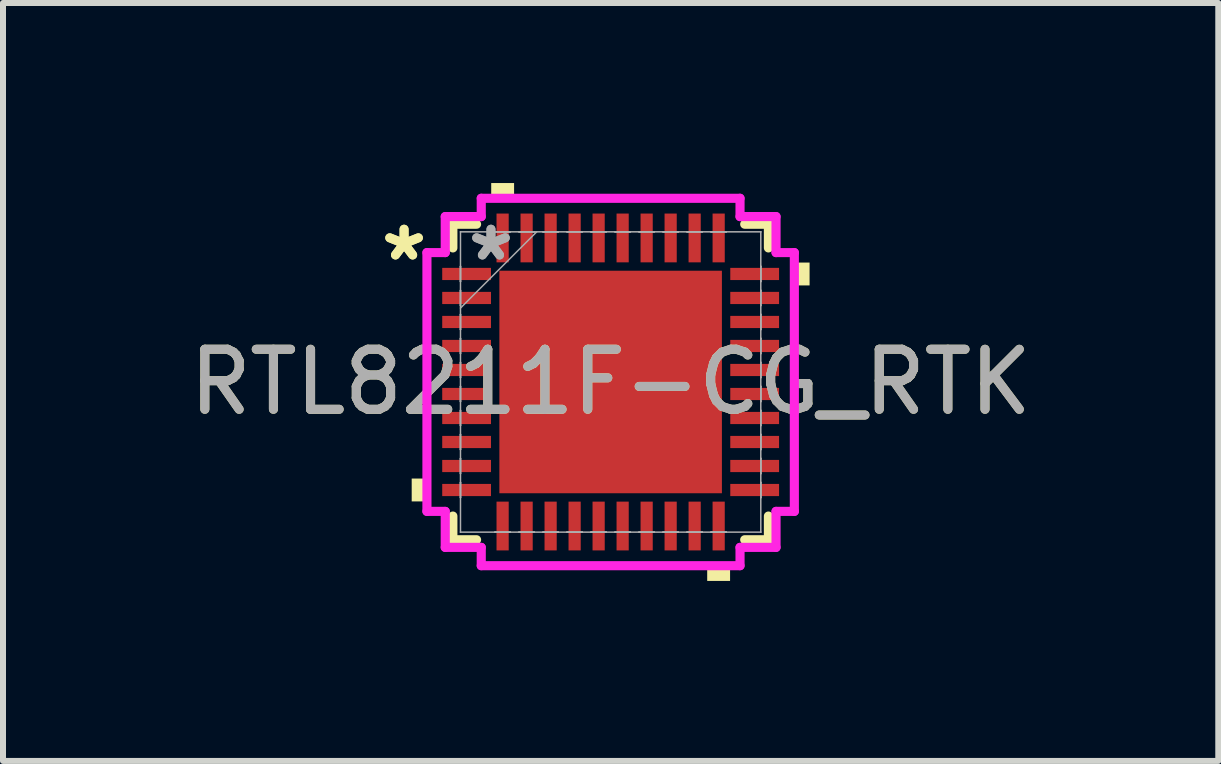
<source format=kicad_pcb>
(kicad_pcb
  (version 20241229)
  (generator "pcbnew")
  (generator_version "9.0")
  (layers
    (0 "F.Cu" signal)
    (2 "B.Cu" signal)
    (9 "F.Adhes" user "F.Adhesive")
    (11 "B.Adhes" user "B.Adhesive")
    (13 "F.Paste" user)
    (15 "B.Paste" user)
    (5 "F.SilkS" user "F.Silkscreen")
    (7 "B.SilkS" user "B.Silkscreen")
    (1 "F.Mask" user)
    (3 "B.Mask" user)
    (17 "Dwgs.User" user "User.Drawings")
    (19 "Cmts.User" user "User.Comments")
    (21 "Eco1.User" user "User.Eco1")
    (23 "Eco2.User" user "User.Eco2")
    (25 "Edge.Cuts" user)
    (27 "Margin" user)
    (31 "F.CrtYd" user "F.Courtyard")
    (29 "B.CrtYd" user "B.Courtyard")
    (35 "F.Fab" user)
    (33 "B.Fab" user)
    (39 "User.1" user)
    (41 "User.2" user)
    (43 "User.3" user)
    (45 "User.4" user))
  (footprint "RTL8211F-CG_RTK"
    (layer "F.Cu")
    (at 7.125 3.315)
    (property "Reference" "RTL8211F-CG_RTK" (at 0 0 0) (unlocked yes) (layer "F.SilkS") (effects (font (size 1 1) (thickness 0.15))))
    (attr smd)
    (fp_line (start -2.629 -2.629) (end -2.629 -2.234) (stroke (width 0.152) (type solid)) (layer "F.SilkS"))
    (fp_line (start -2.629 2.234) (end -2.629 2.629) (stroke (width 0.152) (type solid)) (layer "F.SilkS"))
    (fp_line (start -2.629 2.629) (end -2.234 2.629) (stroke (width 0.152) (type solid)) (layer "F.SilkS"))
    (fp_line (start -2.234 -2.629) (end -2.629 -2.629) (stroke (width 0.152) (type solid)) (layer "F.SilkS"))
    (fp_line (start 2.234 2.629) (end 2.629 2.629) (stroke (width 0.152) (type solid)) (layer "F.SilkS"))
    (fp_line (start 2.629 -2.629) (end 2.234 -2.629) (stroke (width 0.152) (type solid)) (layer "F.SilkS"))
    (fp_line (start 2.629 -2.234) (end 2.629 -2.629) (stroke (width 0.152) (type solid)) (layer "F.SilkS"))
    (fp_line (start 2.629 2.629) (end 2.629 2.234) (stroke (width 0.152) (type solid)) (layer "F.SilkS"))
    (fp_poly (pts (xy -3.315 1.609) (xy -3.315 1.99) (xy -3.061 1.99) (xy -3.061 1.609)) (stroke (width 0) (type solid)) (fill yes) (layer "F.SilkS"))
    (fp_poly (pts (xy -1.99 -3.061) (xy -1.99 -3.315) (xy -1.609 -3.315) (xy -1.609 -3.061)) (stroke (width 0) (type solid)) (fill yes) (layer "F.SilkS"))
    (fp_poly (pts (xy 1.609 3.061) (xy 1.609 3.315) (xy 1.99 3.315) (xy 1.99 3.061)) (stroke (width 0) (type solid)) (fill yes) (layer "F.SilkS"))
    (fp_poly (pts (xy 3.315 -1.99) (xy 3.315 -1.609) (xy 3.061 -1.609) (xy 3.061 -1.99)) (stroke (width 0) (type solid)) (fill yes) (layer "F.SilkS"))
    (fp_poly (pts (xy -1.754 -1.754) (xy -1.754 -0.1) (xy -0.1 -0.1) (xy -0.1 -1.754)) (stroke (width 0) (type solid)) (fill yes) (layer "F.Paste"))
    (fp_poly (pts (xy -1.754 0.1) (xy -1.754 1.754) (xy -0.1 1.754) (xy -0.1 0.1)) (stroke (width 0) (type solid)) (fill yes) (layer "F.Paste"))
    (fp_poly (pts (xy 0.1 -1.754) (xy 0.1 -0.1) (xy 1.754 -0.1) (xy 1.754 -1.754)) (stroke (width 0) (type solid)) (fill yes) (layer "F.Paste"))
    (fp_poly (pts (xy 0.1 0.1) (xy 0.1 1.754) (xy 1.754 1.754) (xy 1.754 0.1)) (stroke (width 0) (type solid)) (fill yes) (layer "F.Paste"))
    (fp_line (start -3.061 -2.156) (end -2.756 -2.156) (stroke (width 0.152) (type solid)) (layer "F.CrtYd"))
    (fp_line (start -3.061 2.156) (end -3.061 -2.156) (stroke (width 0.152) (type solid)) (layer "F.CrtYd"))
    (fp_line (start -2.756 -2.756) (end -2.156 -2.756) (stroke (width 0.152) (type solid)) (layer "F.CrtYd"))
    (fp_line (start -2.756 -2.156) (end -2.756 -2.756) (stroke (width 0.152) (type solid)) (layer "F.CrtYd"))
    (fp_line (start -2.756 2.156) (end -3.061 2.156) (stroke (width 0.152) (type solid)) (layer "F.CrtYd"))
    (fp_line (start -2.756 2.756) (end -2.756 2.156) (stroke (width 0.152) (type solid)) (layer "F.CrtYd"))
    (fp_line (start -2.156 -3.061) (end 2.156 -3.061) (stroke (width 0.152) (type solid)) (layer "F.CrtYd"))
    (fp_line (start -2.156 -2.756) (end -2.156 -3.061) (stroke (width 0.152) (type solid)) (layer "F.CrtYd"))
    (fp_line (start -2.156 2.756) (end -2.756 2.756) (stroke (width 0.152) (type solid)) (layer "F.CrtYd"))
    (fp_line (start -2.156 3.061) (end -2.156 2.756) (stroke (width 0.152) (type solid)) (layer "F.CrtYd"))
    (fp_line (start 2.156 -3.061) (end 2.156 -2.756) (stroke (width 0.152) (type solid)) (layer "F.CrtYd"))
    (fp_line (start 2.156 -2.756) (end 2.756 -2.756) (stroke (width 0.152) (type solid)) (layer "F.CrtYd"))
    (fp_line (start 2.156 2.756) (end 2.156 3.061) (stroke (width 0.152) (type solid)) (layer "F.CrtYd"))
    (fp_line (start 2.156 3.061) (end -2.156 3.061) (stroke (width 0.152) (type solid)) (layer "F.CrtYd"))
    (fp_line (start 2.756 -2.756) (end 2.756 -2.156) (stroke (width 0.152) (type solid)) (layer "F.CrtYd"))
    (fp_line (start 2.756 -2.156) (end 3.061 -2.156) (stroke (width 0.152) (type solid)) (layer "F.CrtYd"))
    (fp_line (start 2.756 2.156) (end 2.756 2.756) (stroke (width 0.152) (type solid)) (layer "F.CrtYd"))
    (fp_line (start 2.756 2.756) (end 2.156 2.756) (stroke (width 0.152) (type solid)) (layer "F.CrtYd"))
    (fp_line (start 3.061 -2.156) (end 3.061 2.156) (stroke (width 0.152) (type solid)) (layer "F.CrtYd"))
    (fp_line (start 3.061 2.156) (end 2.756 2.156) (stroke (width 0.152) (type solid)) (layer "F.CrtYd"))
    (fp_line (start -2.502 -2.502) (end -2.502 -2.502) (stroke (width 0.025) (type solid)) (layer "F.Fab"))
    (fp_line (start -2.502 -2.502) (end -2.502 2.502) (stroke (width 0.025) (type solid)) (layer "F.Fab"))
    (fp_line (start -2.502 -1.927) (end -2.502 -1.927) (stroke (width 0.025) (type solid)) (layer "F.Fab"))
    (fp_line (start -2.502 -1.927) (end -2.502 -1.673) (stroke (width 0.025) (type solid)) (layer "F.Fab"))
    (fp_line (start -2.502 -1.673) (end -2.502 -1.927) (stroke (width 0.025) (type solid)) (layer "F.Fab"))
    (fp_line (start -2.502 -1.673) (end -2.502 -1.673) (stroke (width 0.025) (type solid)) (layer "F.Fab"))
    (fp_line (start -2.502 -1.527) (end -2.502 -1.527) (stroke (width 0.025) (type solid)) (layer "F.Fab"))
    (fp_line (start -2.502 -1.527) (end -2.502 -1.273) (stroke (width 0.025) (type solid)) (layer "F.Fab"))
    (fp_line (start -2.502 -1.273) (end -2.502 -1.527) (stroke (width 0.025) (type solid)) (layer "F.Fab"))
    (fp_line (start -2.502 -1.273) (end -2.502 -1.273) (stroke (width 0.025) (type solid)) (layer "F.Fab"))
    (fp_line (start -2.502 -1.232) (end -1.232 -2.502) (stroke (width 0.025) (type solid)) (layer "F.Fab"))
    (fp_line (start -2.502 -1.127) (end -2.502 -1.127) (stroke (width 0.025) (type solid)) (layer "F.Fab"))
    (fp_line (start -2.502 -1.127) (end -2.502 -0.873) (stroke (width 0.025) (type solid)) (layer "F.Fab"))
    (fp_line (start -2.502 -0.873) (end -2.502 -1.127) (stroke (width 0.025) (type solid)) (layer "F.Fab"))
    (fp_line (start -2.502 -0.873) (end -2.502 -0.873) (stroke (width 0.025) (type solid)) (layer "F.Fab"))
    (fp_line (start -2.502 -0.727) (end -2.502 -0.727) (stroke (width 0.025) (type solid)) (layer "F.Fab"))
    (fp_line (start -2.502 -0.727) (end -2.502 -0.473) (stroke (width 0.025) (type solid)) (layer "F.Fab"))
    (fp_line (start -2.502 -0.473) (end -2.502 -0.727) (stroke (width 0.025) (type solid)) (layer "F.Fab"))
    (fp_line (start -2.502 -0.473) (end -2.502 -0.473) (stroke (width 0.025) (type solid)) (layer "F.Fab"))
    (fp_line (start -2.502 -0.327) (end -2.502 -0.327) (stroke (width 0.025) (type solid)) (layer "F.Fab"))
    (fp_line (start -2.502 -0.327) (end -2.502 -0.073) (stroke (width 0.025) (type solid)) (layer "F.Fab"))
    (fp_line (start -2.502 -0.073) (end -2.502 -0.327) (stroke (width 0.025) (type solid)) (layer "F.Fab"))
    (fp_line (start -2.502 -0.073) (end -2.502 -0.073) (stroke (width 0.025) (type solid)) (layer "F.Fab"))
    (fp_line (start -2.502 0.073) (end -2.502 0.073) (stroke (width 0.025) (type solid)) (layer "F.Fab"))
    (fp_line (start -2.502 0.073) (end -2.502 0.327) (stroke (width 0.025) (type solid)) (layer "F.Fab"))
    (fp_line (start -2.502 0.327) (end -2.502 0.073) (stroke (width 0.025) (type solid)) (layer "F.Fab"))
    (fp_line (start -2.502 0.327) (end -2.502 0.327) (stroke (width 0.025) (type solid)) (layer "F.Fab"))
    (fp_line (start -2.502 0.473) (end -2.502 0.473) (stroke (width 0.025) (type solid)) (layer "F.Fab"))
    (fp_line (start -2.502 0.473) (end -2.502 0.727) (stroke (width 0.025) (type solid)) (layer "F.Fab"))
    (fp_line (start -2.502 0.727) (end -2.502 0.473) (stroke (width 0.025) (type solid)) (layer "F.Fab"))
    (fp_line (start -2.502 0.727) (end -2.502 0.727) (stroke (width 0.025) (type solid)) (layer "F.Fab"))
    (fp_line (start -2.502 0.873) (end -2.502 0.873) (stroke (width 0.025) (type solid)) (layer "F.Fab"))
    (fp_line (start -2.502 0.873) (end -2.502 1.127) (stroke (width 0.025) (type solid)) (layer "F.Fab"))
    (fp_line (start -2.502 1.127) (end -2.502 0.873) (stroke (width 0.025) (type solid)) (layer "F.Fab"))
    (fp_line (start -2.502 1.127) (end -2.502 1.127) (stroke (width 0.025) (type solid)) (layer "F.Fab"))
    (fp_line (start -2.502 1.273) (end -2.502 1.273) (stroke (width 0.025) (type solid)) (layer "F.Fab"))
    (fp_line (start -2.502 1.273) (end -2.502 1.527) (stroke (width 0.025) (type solid)) (layer "F.Fab"))
    (fp_line (start -2.502 1.527) (end -2.502 1.273) (stroke (width 0.025) (type solid)) (layer "F.Fab"))
    (fp_line (start -2.502 1.527) (end -2.502 1.527) (stroke (width 0.025) (type solid)) (layer "F.Fab"))
    (fp_line (start -2.502 1.673) (end -2.502 1.673) (stroke (width 0.025) (type solid)) (layer "F.Fab"))
    (fp_line (start -2.502 1.673) (end -2.502 1.927) (stroke (width 0.025) (type solid)) (layer "F.Fab"))
    (fp_line (start -2.502 1.927) (end -2.502 1.673) (stroke (width 0.025) (type solid)) (layer "F.Fab"))
    (fp_line (start -2.502 1.927) (end -2.502 1.927) (stroke (width 0.025) (type solid)) (layer "F.Fab"))
    (fp_line (start -2.502 2.502) (end -2.502 2.502) (stroke (width 0.025) (type solid)) (layer "F.Fab"))
    (fp_line (start -2.502 2.502) (end 2.502 2.502) (stroke (width 0.025) (type solid)) (layer "F.Fab"))
    (fp_line (start -1.927 -2.502) (end -1.927 -2.502) (stroke (width 0.025) (type solid)) (layer "F.Fab"))
    (fp_line (start -1.927 -2.502) (end -1.673 -2.502) (stroke (width 0.025) (type solid)) (layer "F.Fab"))
    (fp_line (start -1.927 2.502) (end -1.927 2.502) (stroke (width 0.025) (type solid)) (layer "F.Fab"))
    (fp_line (start -1.927 2.502) (end -1.673 2.502) (stroke (width 0.025) (type solid)) (layer "F.Fab"))
    (fp_line (start -1.673 -2.502) (end -1.927 -2.502) (stroke (width 0.025) (type solid)) (layer "F.Fab"))
    (fp_line (start -1.673 -2.502) (end -1.673 -2.502) (stroke (width 0.025) (type solid)) (layer "F.Fab"))
    (fp_line (start -1.673 2.502) (end -1.927 2.502) (stroke (width 0.025) (type solid)) (layer "F.Fab"))
    (fp_line (start -1.673 2.502) (end -1.673 2.502) (stroke (width 0.025) (type solid)) (layer "F.Fab"))
    (fp_line (start -1.527 -2.502) (end -1.527 -2.502) (stroke (width 0.025) (type solid)) (layer "F.Fab"))
    (fp_line (start -1.527 -2.502) (end -1.273 -2.502) (stroke (width 0.025) (type solid)) (layer "F.Fab"))
    (fp_line (start -1.527 2.502) (end -1.527 2.502) (stroke (width 0.025) (type solid)) (layer "F.Fab"))
    (fp_line (start -1.527 2.502) (end -1.273 2.502) (stroke (width 0.025) (type solid)) (layer "F.Fab"))
    (fp_line (start -1.273 -2.502) (end -1.527 -2.502) (stroke (width 0.025) (type solid)) (layer "F.Fab"))
    (fp_line (start -1.273 -2.502) (end -1.273 -2.502) (stroke (width 0.025) (type solid)) (layer "F.Fab"))
    (fp_line (start -1.273 2.502) (end -1.527 2.502) (stroke (width 0.025) (type solid)) (layer "F.Fab"))
    (fp_line (start -1.273 2.502) (end -1.273 2.502) (stroke (width 0.025) (type solid)) (layer "F.Fab"))
    (fp_line (start -1.127 -2.502) (end -1.127 -2.502) (stroke (width 0.025) (type solid)) (layer "F.Fab"))
    (fp_line (start -1.127 -2.502) (end -0.873 -2.502) (stroke (width 0.025) (type solid)) (layer "F.Fab"))
    (fp_line (start -1.127 2.502) (end -1.127 2.502) (stroke (width 0.025) (type solid)) (layer "F.Fab"))
    (fp_line (start -1.127 2.502) (end -0.873 2.502) (stroke (width 0.025) (type solid)) (layer "F.Fab"))
    (fp_line (start -0.873 -2.502) (end -1.127 -2.502) (stroke (width 0.025) (type solid)) (layer "F.Fab"))
    (fp_line (start -0.873 -2.502) (end -0.873 -2.502) (stroke (width 0.025) (type solid)) (layer "F.Fab"))
    (fp_line (start -0.873 2.502) (end -1.127 2.502) (stroke (width 0.025) (type solid)) (layer "F.Fab"))
    (fp_line (start -0.873 2.502) (end -0.873 2.502) (stroke (width 0.025) (type solid)) (layer "F.Fab"))
    (fp_line (start -0.727 -2.502) (end -0.727 -2.502) (stroke (width 0.025) (type solid)) (layer "F.Fab"))
    (fp_line (start -0.727 -2.502) (end -0.473 -2.502) (stroke (width 0.025) (type solid)) (layer "F.Fab"))
    (fp_line (start -0.727 2.502) (end -0.727 2.502) (stroke (width 0.025) (type solid)) (layer "F.Fab"))
    (fp_line (start -0.727 2.502) (end -0.473 2.502) (stroke (width 0.025) (type solid)) (layer "F.Fab"))
    (fp_line (start -0.473 -2.502) (end -0.727 -2.502) (stroke (width 0.025) (type solid)) (layer "F.Fab"))
    (fp_line (start -0.473 -2.502) (end -0.473 -2.502) (stroke (width 0.025) (type solid)) (layer "F.Fab"))
    (fp_line (start -0.473 2.502) (end -0.727 2.502) (stroke (width 0.025) (type solid)) (layer "F.Fab"))
    (fp_line (start -0.473 2.502) (end -0.473 2.502) (stroke (width 0.025) (type solid)) (layer "F.Fab"))
    (fp_line (start -0.327 -2.502) (end -0.327 -2.502) (stroke (width 0.025) (type solid)) (layer "F.Fab"))
    (fp_line (start -0.327 -2.502) (end -0.073 -2.502) (stroke (width 0.025) (type solid)) (layer "F.Fab"))
    (fp_line (start -0.327 2.502) (end -0.327 2.502) (stroke (width 0.025) (type solid)) (layer "F.Fab"))
    (fp_line (start -0.327 2.502) (end -0.073 2.502) (stroke (width 0.025) (type solid)) (layer "F.Fab"))
    (fp_line (start -0.073 -2.502) (end -0.327 -2.502) (stroke (width 0.025) (type solid)) (layer "F.Fab"))
    (fp_line (start -0.073 -2.502) (end -0.073 -2.502) (stroke (width 0.025) (type solid)) (layer "F.Fab"))
    (fp_line (start -0.073 2.502) (end -0.327 2.502) (stroke (width 0.025) (type solid)) (layer "F.Fab"))
    (fp_line (start -0.073 2.502) (end -0.073 2.502) (stroke (width 0.025) (type solid)) (layer "F.Fab"))
    (fp_line (start 0.073 -2.502) (end 0.073 -2.502) (stroke (width 0.025) (type solid)) (layer "F.Fab"))
    (fp_line (start 0.073 -2.502) (end 0.327 -2.502) (stroke (width 0.025) (type solid)) (layer "F.Fab"))
    (fp_line (start 0.073 2.502) (end 0.073 2.502) (stroke (width 0.025) (type solid)) (layer "F.Fab"))
    (fp_line (start 0.073 2.502) (end 0.327 2.502) (stroke (width 0.025) (type solid)) (layer "F.Fab"))
    (fp_line (start 0.327 -2.502) (end 0.073 -2.502) (stroke (width 0.025) (type solid)) (layer "F.Fab"))
    (fp_line (start 0.327 -2.502) (end 0.327 -2.502) (stroke (width 0.025) (type solid)) (layer "F.Fab"))
    (fp_line (start 0.327 2.502) (end 0.073 2.502) (stroke (width 0.025) (type solid)) (layer "F.Fab"))
    (fp_line (start 0.327 2.502) (end 0.327 2.502) (stroke (width 0.025) (type solid)) (layer "F.Fab"))
    (fp_line (start 0.473 -2.502) (end 0.473 -2.502) (stroke (width 0.025) (type solid)) (layer "F.Fab"))
    (fp_line (start 0.473 -2.502) (end 0.727 -2.502) (stroke (width 0.025) (type solid)) (layer "F.Fab"))
    (fp_line (start 0.473 2.502) (end 0.473 2.502) (stroke (width 0.025) (type solid)) (layer "F.Fab"))
    (fp_line (start 0.473 2.502) (end 0.727 2.502) (stroke (width 0.025) (type solid)) (layer "F.Fab"))
    (fp_line (start 0.727 -2.502) (end 0.473 -2.502) (stroke (width 0.025) (type solid)) (layer "F.Fab"))
    (fp_line (start 0.727 -2.502) (end 0.727 -2.502) (stroke (width 0.025) (type solid)) (layer "F.Fab"))
    (fp_line (start 0.727 2.502) (end 0.473 2.502) (stroke (width 0.025) (type solid)) (layer "F.Fab"))
    (fp_line (start 0.727 2.502) (end 0.727 2.502) (stroke (width 0.025) (type solid)) (layer "F.Fab"))
    (fp_line (start 0.873 -2.502) (end 0.873 -2.502) (stroke (width 0.025) (type solid)) (layer "F.Fab"))
    (fp_line (start 0.873 -2.502) (end 1.127 -2.502) (stroke (width 0.025) (type solid)) (layer "F.Fab"))
    (fp_line (start 0.873 2.502) (end 0.873 2.502) (stroke (width 0.025) (type solid)) (layer "F.Fab"))
    (fp_line (start 0.873 2.502) (end 1.127 2.502) (stroke (width 0.025) (type solid)) (layer "F.Fab"))
    (fp_line (start 1.127 -2.502) (end 0.873 -2.502) (stroke (width 0.025) (type solid)) (layer "F.Fab"))
    (fp_line (start 1.127 -2.502) (end 1.127 -2.502) (stroke (width 0.025) (type solid)) (layer "F.Fab"))
    (fp_line (start 1.127 2.502) (end 0.873 2.502) (stroke (width 0.025) (type solid)) (layer "F.Fab"))
    (fp_line (start 1.127 2.502) (end 1.127 2.502) (stroke (width 0.025) (type solid)) (layer "F.Fab"))
    (fp_line (start 1.273 -2.502) (end 1.273 -2.502) (stroke (width 0.025) (type solid)) (layer "F.Fab"))
    (fp_line (start 1.273 -2.502) (end 1.527 -2.502) (stroke (width 0.025) (type solid)) (layer "F.Fab"))
    (fp_line (start 1.273 2.502) (end 1.273 2.502) (stroke (width 0.025) (type solid)) (layer "F.Fab"))
    (fp_line (start 1.273 2.502) (end 1.527 2.502) (stroke (width 0.025) (type solid)) (layer "F.Fab"))
    (fp_line (start 1.527 -2.502) (end 1.273 -2.502) (stroke (width 0.025) (type solid)) (layer "F.Fab"))
    (fp_line (start 1.527 -2.502) (end 1.527 -2.502) (stroke (width 0.025) (type solid)) (layer "F.Fab"))
    (fp_line (start 1.527 2.502) (end 1.273 2.502) (stroke (width 0.025) (type solid)) (layer "F.Fab"))
    (fp_line (start 1.527 2.502) (end 1.527 2.502) (stroke (width 0.025) (type solid)) (layer "F.Fab"))
    (fp_line (start 1.673 -2.502) (end 1.673 -2.502) (stroke (width 0.025) (type solid)) (layer "F.Fab"))
    (fp_line (start 1.673 -2.502) (end 1.927 -2.502) (stroke (width 0.025) (type solid)) (layer "F.Fab"))
    (fp_line (start 1.673 2.502) (end 1.673 2.502) (stroke (width 0.025) (type solid)) (layer "F.Fab"))
    (fp_line (start 1.673 2.502) (end 1.927 2.502) (stroke (width 0.025) (type solid)) (layer "F.Fab"))
    (fp_line (start 1.927 -2.502) (end 1.673 -2.502) (stroke (width 0.025) (type solid)) (layer "F.Fab"))
    (fp_line (start 1.927 -2.502) (end 1.927 -2.502) (stroke (width 0.025) (type solid)) (layer "F.Fab"))
    (fp_line (start 1.927 2.502) (end 1.673 2.502) (stroke (width 0.025) (type solid)) (layer "F.Fab"))
    (fp_line (start 1.927 2.502) (end 1.927 2.502) (stroke (width 0.025) (type solid)) (layer "F.Fab"))
    (fp_line (start 2.502 -2.502) (end -2.502 -2.502) (stroke (width 0.025) (type solid)) (layer "F.Fab"))
    (fp_line (start 2.502 -2.502) (end 2.502 -2.502) (stroke (width 0.025) (type solid)) (layer "F.Fab"))
    (fp_line (start 2.502 -1.927) (end 2.502 -1.927) (stroke (width 0.025) (type solid)) (layer "F.Fab"))
    (fp_line (start 2.502 -1.927) (end 2.502 -1.673) (stroke (width 0.025) (type solid)) (layer "F.Fab"))
    (fp_line (start 2.502 -1.673) (end 2.502 -1.927) (stroke (width 0.025) (type solid)) (layer "F.Fab"))
    (fp_line (start 2.502 -1.673) (end 2.502 -1.673) (stroke (width 0.025) (type solid)) (layer "F.Fab"))
    (fp_line (start 2.502 -1.527) (end 2.502 -1.527) (stroke (width 0.025) (type solid)) (layer "F.Fab"))
    (fp_line (start 2.502 -1.527) (end 2.502 -1.273) (stroke (width 0.025) (type solid)) (layer "F.Fab"))
    (fp_line (start 2.502 -1.273) (end 2.502 -1.527) (stroke (width 0.025) (type solid)) (layer "F.Fab"))
    (fp_line (start 2.502 -1.273) (end 2.502 -1.273) (stroke (width 0.025) (type solid)) (layer "F.Fab"))
    (fp_line (start 2.502 -1.127) (end 2.502 -1.127) (stroke (width 0.025) (type solid)) (layer "F.Fab"))
    (fp_line (start 2.502 -1.127) (end 2.502 -0.873) (stroke (width 0.025) (type solid)) (layer "F.Fab"))
    (fp_line (start 2.502 -0.873) (end 2.502 -1.127) (stroke (width 0.025) (type solid)) (layer "F.Fab"))
    (fp_line (start 2.502 -0.873) (end 2.502 -0.873) (stroke (width 0.025) (type solid)) (layer "F.Fab"))
    (fp_line (start 2.502 -0.727) (end 2.502 -0.727) (stroke (width 0.025) (type solid)) (layer "F.Fab"))
    (fp_line (start 2.502 -0.727) (end 2.502 -0.473) (stroke (width 0.025) (type solid)) (layer "F.Fab"))
    (fp_line (start 2.502 -0.473) (end 2.502 -0.727) (stroke (width 0.025) (type solid)) (layer "F.Fab"))
    (fp_line (start 2.502 -0.473) (end 2.502 -0.473) (stroke (width 0.025) (type solid)) (layer "F.Fab"))
    (fp_line (start 2.502 -0.327) (end 2.502 -0.327) (stroke (width 0.025) (type solid)) (layer "F.Fab"))
    (fp_line (start 2.502 -0.327) (end 2.502 -0.073) (stroke (width 0.025) (type solid)) (layer "F.Fab"))
    (fp_line (start 2.502 -0.073) (end 2.502 -0.327) (stroke (width 0.025) (type solid)) (layer "F.Fab"))
    (fp_line (start 2.502 -0.073) (end 2.502 -0.073) (stroke (width 0.025) (type solid)) (layer "F.Fab"))
    (fp_line (start 2.502 0.073) (end 2.502 0.073) (stroke (width 0.025) (type solid)) (layer "F.Fab"))
    (fp_line (start 2.502 0.073) (end 2.502 0.327) (stroke (width 0.025) (type solid)) (layer "F.Fab"))
    (fp_line (start 2.502 0.327) (end 2.502 0.073) (stroke (width 0.025) (type solid)) (layer "F.Fab"))
    (fp_line (start 2.502 0.327) (end 2.502 0.327) (stroke (width 0.025) (type solid)) (layer "F.Fab"))
    (fp_line (start 2.502 0.473) (end 2.502 0.473) (stroke (width 0.025) (type solid)) (layer "F.Fab"))
    (fp_line (start 2.502 0.473) (end 2.502 0.727) (stroke (width 0.025) (type solid)) (layer "F.Fab"))
    (fp_line (start 2.502 0.727) (end 2.502 0.473) (stroke (width 0.025) (type solid)) (layer "F.Fab"))
    (fp_line (start 2.502 0.727) (end 2.502 0.727) (stroke (width 0.025) (type solid)) (layer "F.Fab"))
    (fp_line (start 2.502 0.873) (end 2.502 0.873) (stroke (width 0.025) (type solid)) (layer "F.Fab"))
    (fp_line (start 2.502 0.873) (end 2.502 1.127) (stroke (width 0.025) (type solid)) (layer "F.Fab"))
    (fp_line (start 2.502 1.127) (end 2.502 0.873) (stroke (width 0.025) (type solid)) (layer "F.Fab"))
    (fp_line (start 2.502 1.127) (end 2.502 1.127) (stroke (width 0.025) (type solid)) (layer "F.Fab"))
    (fp_line (start 2.502 1.273) (end 2.502 1.273) (stroke (width 0.025) (type solid)) (layer "F.Fab"))
    (fp_line (start 2.502 1.273) (end 2.502 1.527) (stroke (width 0.025) (type solid)) (layer "F.Fab"))
    (fp_line (start 2.502 1.527) (end 2.502 1.273) (stroke (width 0.025) (type solid)) (layer "F.Fab"))
    (fp_line (start 2.502 1.527) (end 2.502 1.527) (stroke (width 0.025) (type solid)) (layer "F.Fab"))
    (fp_line (start 2.502 1.673) (end 2.502 1.673) (stroke (width 0.025) (type solid)) (layer "F.Fab"))
    (fp_line (start 2.502 1.673) (end 2.502 1.927) (stroke (width 0.025) (type solid)) (layer "F.Fab"))
    (fp_line (start 2.502 1.927) (end 2.502 1.673) (stroke (width 0.025) (type solid)) (layer "F.Fab"))
    (fp_line (start 2.502 1.927) (end 2.502 1.927) (stroke (width 0.025) (type solid)) (layer "F.Fab"))
    (fp_line (start 2.502 2.502) (end 2.502 -2.502) (stroke (width 0.025) (type solid)) (layer "F.Fab"))
    (fp_line (start 2.502 2.502) (end 2.502 2.502) (stroke (width 0.025) (type solid)) (layer "F.Fab"))
    (fp_text user "*" (at -3.442 -2 0) (unlocked yes) (layer "F.SilkS") (effects (font (size 1 1) (thickness 0.15))))
    (fp_text user "*" (at -3.442 -2 0) (layer "F.SilkS") (effects (font (size 1 1) (thickness 0.15))))
    (fp_text user "${REFERENCE}" (at 0 0 0) (unlocked yes) (layer "F.Fab") (effects (font (size 1 1) (thickness 0.15))))
    (fp_text user "*" (at -1.994 -2 0) (layer "F.Fab") (effects (font (size 1 1) (thickness 0.15))))
    (fp_text user "*" (at -1.994 -2 0) (unlocked yes) (layer "F.Fab") (effects (font (size 1 1) (thickness 0.15))))
    (pad "1" smd rect (at -2.4 -1.8 90) (size 0.203 0.813) (layers "F.Cu" "F.Mask" "F.Paste"))
    (pad "2" smd rect (at -2.4 -1.4 90) (size 0.203 0.813) (layers "F.Cu" "F.Mask" "F.Paste"))
    (pad "3" smd rect (at -2.4 -1 90) (size 0.203 0.813) (layers "F.Cu" "F.Mask" "F.Paste"))
    (pad "4" smd rect (at -2.4 -0.6 90) (size 0.203 0.813) (layers "F.Cu" "F.Mask" "F.Paste"))
    (pad "5" smd rect (at -2.4 -0.2 90) (size 0.203 0.813) (layers "F.Cu" "F.Mask" "F.Paste"))
    (pad "6" smd rect (at -2.4 0.2 90) (size 0.203 0.813) (layers "F.Cu" "F.Mask" "F.Paste"))
    (pad "7" smd rect (at -2.4 0.6 90) (size 0.203 0.813) (layers "F.Cu" "F.Mask" "F.Paste"))
    (pad "8" smd rect (at -2.4 1 90) (size 0.203 0.813) (layers "F.Cu" "F.Mask" "F.Paste"))
    (pad "9" smd rect (at -2.4 1.4 90) (size 0.203 0.813) (layers "F.Cu" "F.Mask" "F.Paste"))
    (pad "10" smd rect (at -2.4 1.8 90) (size 0.203 0.813) (layers "F.Cu" "F.Mask" "F.Paste"))
    (pad "11" smd rect (at -1.8 2.4) (size 0.203 0.813) (layers "F.Cu" "F.Mask" "F.Paste"))
    (pad "12" smd rect (at -1.4 2.4) (size 0.203 0.813) (layers "F.Cu" "F.Mask" "F.Paste"))
    (pad "13" smd rect (at -1 2.4) (size 0.203 0.813) (layers "F.Cu" "F.Mask" "F.Paste"))
    (pad "14" smd rect (at -0.6 2.4) (size 0.203 0.813) (layers "F.Cu" "F.Mask" "F.Paste"))
    (pad "15" smd rect (at -0.2 2.4) (size 0.203 0.813) (layers "F.Cu" "F.Mask" "F.Paste"))
    (pad "16" smd rect (at 0.2 2.4) (size 0.203 0.813) (layers "F.Cu" "F.Mask" "F.Paste"))
    (pad "17" smd rect (at 0.6 2.4) (size 0.203 0.813) (layers "F.Cu" "F.Mask" "F.Paste"))
    (pad "18" smd rect (at 1 2.4) (size 0.203 0.813) (layers "F.Cu" "F.Mask" "F.Paste"))
    (pad "19" smd rect (at 1.4 2.4) (size 0.203 0.813) (layers "F.Cu" "F.Mask" "F.Paste"))
    (pad "20" smd rect (at 1.8 2.4) (size 0.203 0.813) (layers "F.Cu" "F.Mask" "F.Paste"))
    (pad "21" smd rect (at 2.4 1.8 90) (size 0.203 0.813) (layers "F.Cu" "F.Mask" "F.Paste"))
    (pad "22" smd rect (at 2.4 1.4 90) (size 0.203 0.813) (layers "F.Cu" "F.Mask" "F.Paste"))
    (pad "23" smd rect (at 2.4 1 90) (size 0.203 0.813) (layers "F.Cu" "F.Mask" "F.Paste"))
    (pad "24" smd rect (at 2.4 0.6 90) (size 0.203 0.813) (layers "F.Cu" "F.Mask" "F.Paste"))
    (pad "25" smd rect (at 2.4 0.2 90) (size 0.203 0.813) (layers "F.Cu" "F.Mask" "F.Paste"))
    (pad "26" smd rect (at 2.4 -0.2 90) (size 0.203 0.813) (layers "F.Cu" "F.Mask" "F.Paste"))
    (pad "27" smd rect (at 2.4 -0.6 90) (size 0.203 0.813) (layers "F.Cu" "F.Mask" "F.Paste"))
    (pad "28" smd rect (at 2.4 -1 90) (size 0.203 0.813) (layers "F.Cu" "F.Mask" "F.Paste"))
    (pad "29" smd rect (at 2.4 -1.4 90) (size 0.203 0.813) (layers "F.Cu" "F.Mask" "F.Paste"))
    (pad "30" smd rect (at 2.4 -1.8 90) (size 0.203 0.813) (layers "F.Cu" "F.Mask" "F.Paste"))
    (pad "31" smd rect (at 1.8 -2.4) (size 0.203 0.813) (layers "F.Cu" "F.Mask" "F.Paste"))
    (pad "32" smd rect (at 1.4 -2.4) (size 0.203 0.813) (layers "F.Cu" "F.Mask" "F.Paste"))
    (pad "33" smd rect (at 1 -2.4) (size 0.203 0.813) (layers "F.Cu" "F.Mask" "F.Paste"))
    (pad "34" smd rect (at 0.6 -2.4) (size 0.203 0.813) (layers "F.Cu" "F.Mask" "F.Paste"))
    (pad "35" smd rect (at 0.2 -2.4) (size 0.203 0.813) (layers "F.Cu" "F.Mask" "F.Paste"))
    (pad "36" smd rect (at -0.2 -2.4) (size 0.203 0.813) (layers "F.Cu" "F.Mask" "F.Paste"))
    (pad "37" smd rect (at -0.6 -2.4) (size 0.203 0.813) (layers "F.Cu" "F.Mask" "F.Paste"))
    (pad "38" smd rect (at -1 -2.4) (size 0.203 0.813) (layers "F.Cu" "F.Mask" "F.Paste"))
    (pad "39" smd rect (at -1.4 -2.4) (size 0.203 0.813) (layers "F.Cu" "F.Mask" "F.Paste"))
    (pad "40" smd rect (at -1.8 -2.4) (size 0.203 0.813) (layers "F.Cu" "F.Mask" "F.Paste"))
    (pad "41" smd rect (at 0 0) (size 3.708 3.708) (layers "F.Cu" "F.Mask" "F.Paste")))
  (gr_rect
    (start -3 -3)
    (end 17.25 9.629)
    (stroke (width 0.1) (type default))
    (fill no)
    (layer "Edge.Cuts")))
</source>
